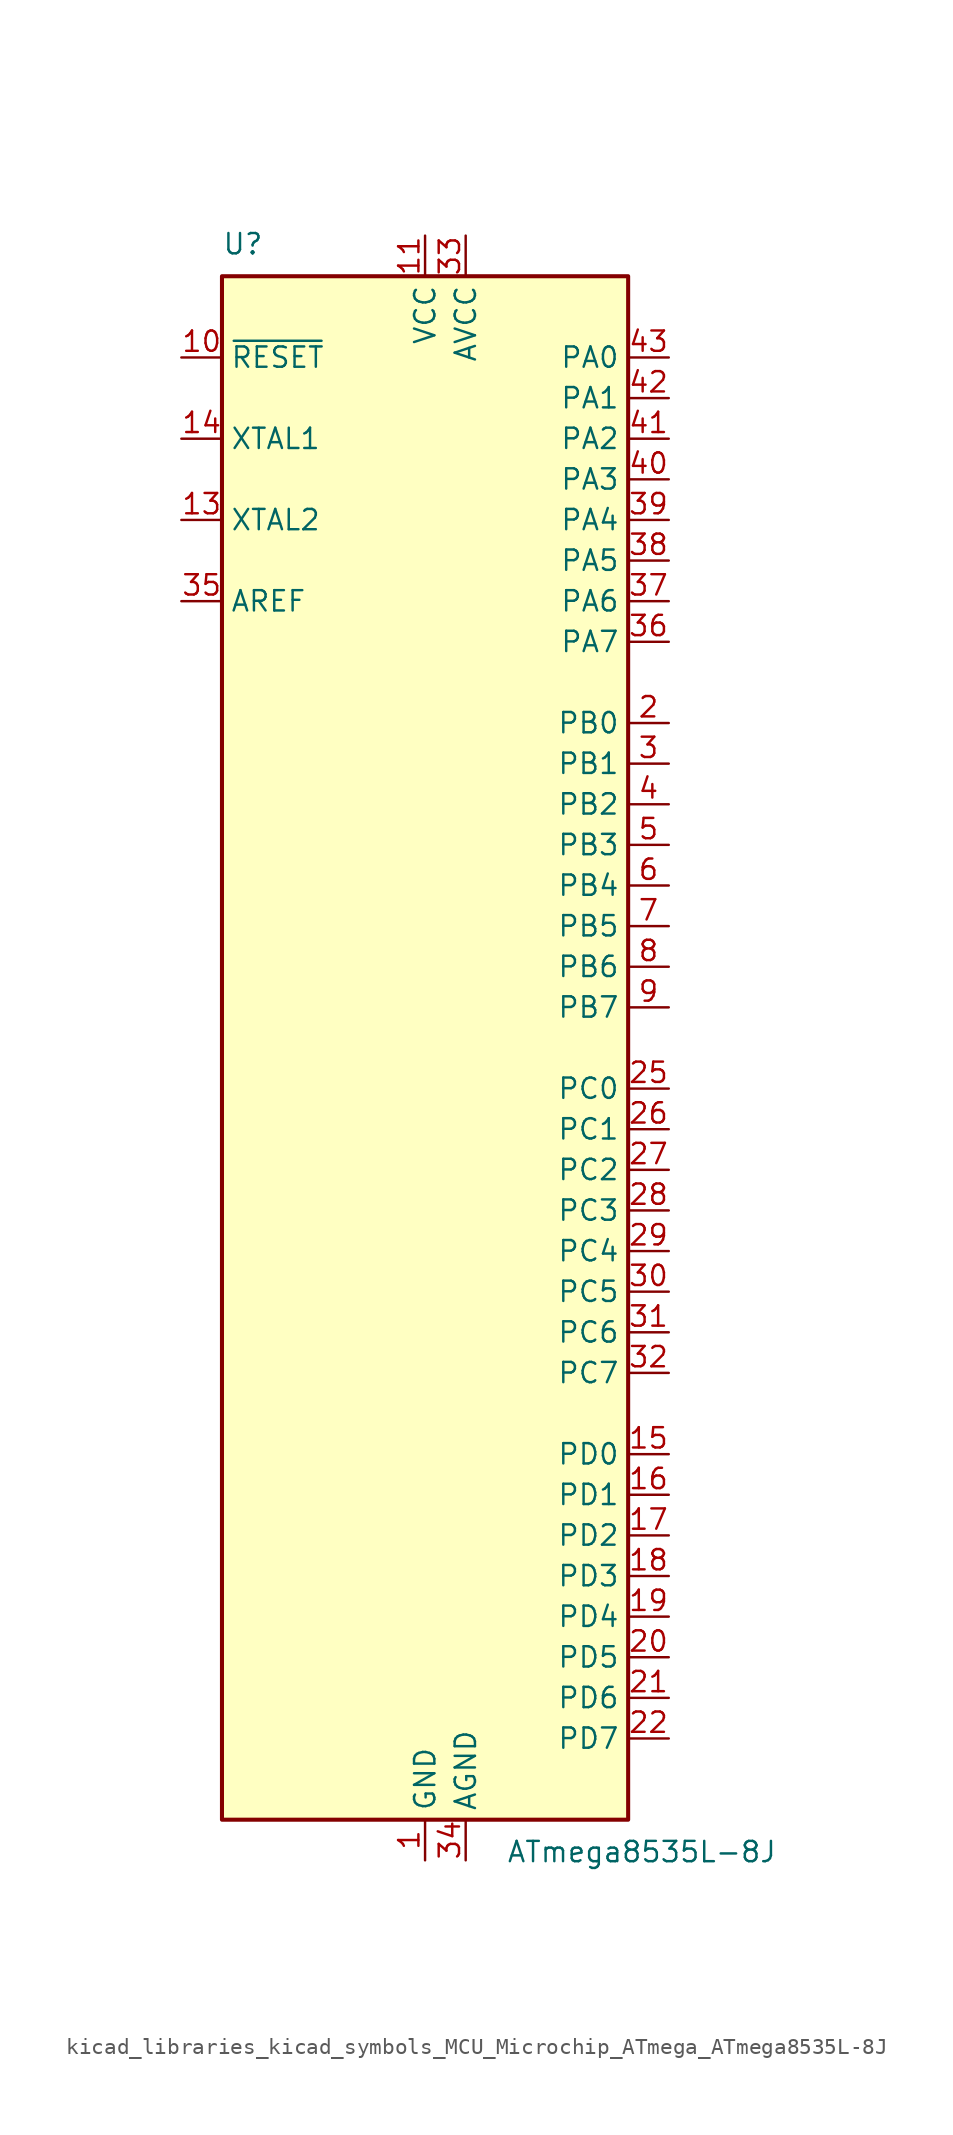
<source format=kicad_sym>
(kicad_symbol_lib
  (version 20220914)
  (generator kicad_symbol_editor)
  (symbol "kicad_libraries_kicad_symbols_MCU_Microchip_ATmega_ATmega8535L-8J"
    (property "Reference" "U"
      (at -12.7 49.53 0)
      (effects (font (size 1.27 1.27)) (justify left bottom)))
    (property "Value" "ATmega8535L-8J"
      (at 5.08 -49.53 0)
      (effects (font (size 1.27 1.27)) (justify left top)))
    (symbol "kicad_libraries_kicad_symbols_MCU_Microchip_ATmega_ATmega8535L-8J_0_1"
      (rectangle (start -12.7 -48.26) (end 12.7 48.26) (stroke (width 0.254) (type default)) (fill (type background))))
    (symbol "kicad_libraries_kicad_symbols_MCU_Microchip_ATmega_ATmega8535L-8J_1_1"
      (pin power_in line (at 0 -50.8 90) (length 2.54) (name "GND" (effects (font (size 1.27 1.27)))) (number "1" (effects (font (size 1.27 1.27)))))
      (pin input line (at -15.24 43.18 0) (length 2.54) (name "~{RESET}" (effects (font (size 1.27 1.27)))) (number "10" (effects (font (size 1.27 1.27)))))
      (pin power_in line (at 0 50.8 270) (length 2.54) (name "VCC" (effects (font (size 1.27 1.27)))) (number "11" (effects (font (size 1.27 1.27)))))
      (pin passive line (at 0 -50.8 90) (length 2.54) hide (name "GND" (effects (font (size 1.27 1.27)))) (number "12" (effects (font (size 1.27 1.27)))))
      (pin output line (at -15.24 33.02 0) (length 2.54) (name "XTAL2" (effects (font (size 1.27 1.27)))) (number "13" (effects (font (size 1.27 1.27)))))
      (pin input line (at -15.24 38.1 0) (length 2.54) (name "XTAL1" (effects (font (size 1.27 1.27)))) (number "14" (effects (font (size 1.27 1.27)))))
      (pin bidirectional line (at 15.24 -25.4 180) (length 2.54) (name "PD0" (effects (font (size 1.27 1.27)))) (number "15" (effects (font (size 1.27 1.27)))))
      (pin bidirectional line (at 15.24 -27.94 180) (length 2.54) (name "PD1" (effects (font (size 1.27 1.27)))) (number "16" (effects (font (size 1.27 1.27)))))
      (pin bidirectional line (at 15.24 -30.48 180) (length 2.54) (name "PD2" (effects (font (size 1.27 1.27)))) (number "17" (effects (font (size 1.27 1.27)))))
      (pin bidirectional line (at 15.24 -33.02 180) (length 2.54) (name "PD3" (effects (font (size 1.27 1.27)))) (number "18" (effects (font (size 1.27 1.27)))))
      (pin bidirectional line (at 15.24 -35.56 180) (length 2.54) (name "PD4" (effects (font (size 1.27 1.27)))) (number "19" (effects (font (size 1.27 1.27)))))
      (pin bidirectional line (at 15.24 20.32 180) (length 2.54) (name "PB0" (effects (font (size 1.27 1.27)))) (number "2" (effects (font (size 1.27 1.27)))))
      (pin bidirectional line (at 15.24 -38.1 180) (length 2.54) (name "PD5" (effects (font (size 1.27 1.27)))) (number "20" (effects (font (size 1.27 1.27)))))
      (pin bidirectional line (at 15.24 -40.64 180) (length 2.54) (name "PD6" (effects (font (size 1.27 1.27)))) (number "21" (effects (font (size 1.27 1.27)))))
      (pin bidirectional line (at 15.24 -43.18 180) (length 2.54) (name "PD7" (effects (font (size 1.27 1.27)))) (number "22" (effects (font (size 1.27 1.27)))))
      (pin passive line (at 0 50.8 270) (length 2.54) hide (name "VCC" (effects (font (size 1.27 1.27)))) (number "23" (effects (font (size 1.27 1.27)))))
      (pin passive line (at 0 -50.8 90) (length 2.54) hide (name "GND" (effects (font (size 1.27 1.27)))) (number "24" (effects (font (size 1.27 1.27)))))
      (pin bidirectional line (at 15.24 -2.54 180) (length 2.54) (name "PC0" (effects (font (size 1.27 1.27)))) (number "25" (effects (font (size 1.27 1.27)))))
      (pin bidirectional line (at 15.24 -5.08 180) (length 2.54) (name "PC1" (effects (font (size 1.27 1.27)))) (number "26" (effects (font (size 1.27 1.27)))))
      (pin bidirectional line (at 15.24 -7.62 180) (length 2.54) (name "PC2" (effects (font (size 1.27 1.27)))) (number "27" (effects (font (size 1.27 1.27)))))
      (pin bidirectional line (at 15.24 -10.16 180) (length 2.54) (name "PC3" (effects (font (size 1.27 1.27)))) (number "28" (effects (font (size 1.27 1.27)))))
      (pin bidirectional line (at 15.24 -12.7 180) (length 2.54) (name "PC4" (effects (font (size 1.27 1.27)))) (number "29" (effects (font (size 1.27 1.27)))))
      (pin bidirectional line (at 15.24 17.78 180) (length 2.54) (name "PB1" (effects (font (size 1.27 1.27)))) (number "3" (effects (font (size 1.27 1.27)))))
      (pin bidirectional line (at 15.24 -15.24 180) (length 2.54) (name "PC5" (effects (font (size 1.27 1.27)))) (number "30" (effects (font (size 1.27 1.27)))))
      (pin bidirectional line (at 15.24 -17.78 180) (length 2.54) (name "PC6" (effects (font (size 1.27 1.27)))) (number "31" (effects (font (size 1.27 1.27)))))
      (pin bidirectional line (at 15.24 -20.32 180) (length 2.54) (name "PC7" (effects (font (size 1.27 1.27)))) (number "32" (effects (font (size 1.27 1.27)))))
      (pin power_in line (at 2.54 50.8 270) (length 2.54) (name "AVCC" (effects (font (size 1.27 1.27)))) (number "33" (effects (font (size 1.27 1.27)))))
      (pin power_in line (at 2.54 -50.8 90) (length 2.54) (name "AGND" (effects (font (size 1.27 1.27)))) (number "34" (effects (font (size 1.27 1.27)))))
      (pin passive line (at -15.24 27.94 0) (length 2.54) (name "AREF" (effects (font (size 1.27 1.27)))) (number "35" (effects (font (size 1.27 1.27)))))
      (pin bidirectional line (at 15.24 25.4 180) (length 2.54) (name "PA7" (effects (font (size 1.27 1.27)))) (number "36" (effects (font (size 1.27 1.27)))))
      (pin bidirectional line (at 15.24 27.94 180) (length 2.54) (name "PA6" (effects (font (size 1.27 1.27)))) (number "37" (effects (font (size 1.27 1.27)))))
      (pin bidirectional line (at 15.24 30.48 180) (length 2.54) (name "PA5" (effects (font (size 1.27 1.27)))) (number "38" (effects (font (size 1.27 1.27)))))
      (pin bidirectional line (at 15.24 33.02 180) (length 2.54) (name "PA4" (effects (font (size 1.27 1.27)))) (number "39" (effects (font (size 1.27 1.27)))))
      (pin bidirectional line (at 15.24 15.24 180) (length 2.54) (name "PB2" (effects (font (size 1.27 1.27)))) (number "4" (effects (font (size 1.27 1.27)))))
      (pin bidirectional line (at 15.24 35.56 180) (length 2.54) (name "PA3" (effects (font (size 1.27 1.27)))) (number "40" (effects (font (size 1.27 1.27)))))
      (pin bidirectional line (at 15.24 38.1 180) (length 2.54) (name "PA2" (effects (font (size 1.27 1.27)))) (number "41" (effects (font (size 1.27 1.27)))))
      (pin bidirectional line (at 15.24 40.64 180) (length 2.54) (name "PA1" (effects (font (size 1.27 1.27)))) (number "42" (effects (font (size 1.27 1.27)))))
      (pin bidirectional line (at 15.24 43.18 180) (length 2.54) (name "PA0" (effects (font (size 1.27 1.27)))) (number "43" (effects (font (size 1.27 1.27)))))
      (pin passive line (at 0 50.8 270) (length 2.54) hide (name "VCC" (effects (font (size 1.27 1.27)))) (number "44" (effects (font (size 1.27 1.27)))))
      (pin bidirectional line (at 15.24 12.7 180) (length 2.54) (name "PB3" (effects (font (size 1.27 1.27)))) (number "5" (effects (font (size 1.27 1.27)))))
      (pin bidirectional line (at 15.24 10.16 180) (length 2.54) (name "PB4" (effects (font (size 1.27 1.27)))) (number "6" (effects (font (size 1.27 1.27)))))
      (pin bidirectional line (at 15.24 7.62 180) (length 2.54) (name "PB5" (effects (font (size 1.27 1.27)))) (number "7" (effects (font (size 1.27 1.27)))))
      (pin bidirectional line (at 15.24 5.08 180) (length 2.54) (name "PB6" (effects (font (size 1.27 1.27)))) (number "8" (effects (font (size 1.27 1.27)))))
      (pin bidirectional line (at 15.24 2.54 180) (length 2.54) (name "PB7" (effects (font (size 1.27 1.27)))) (number "9" (effects (font (size 1.27 1.27))))))))
</source>
